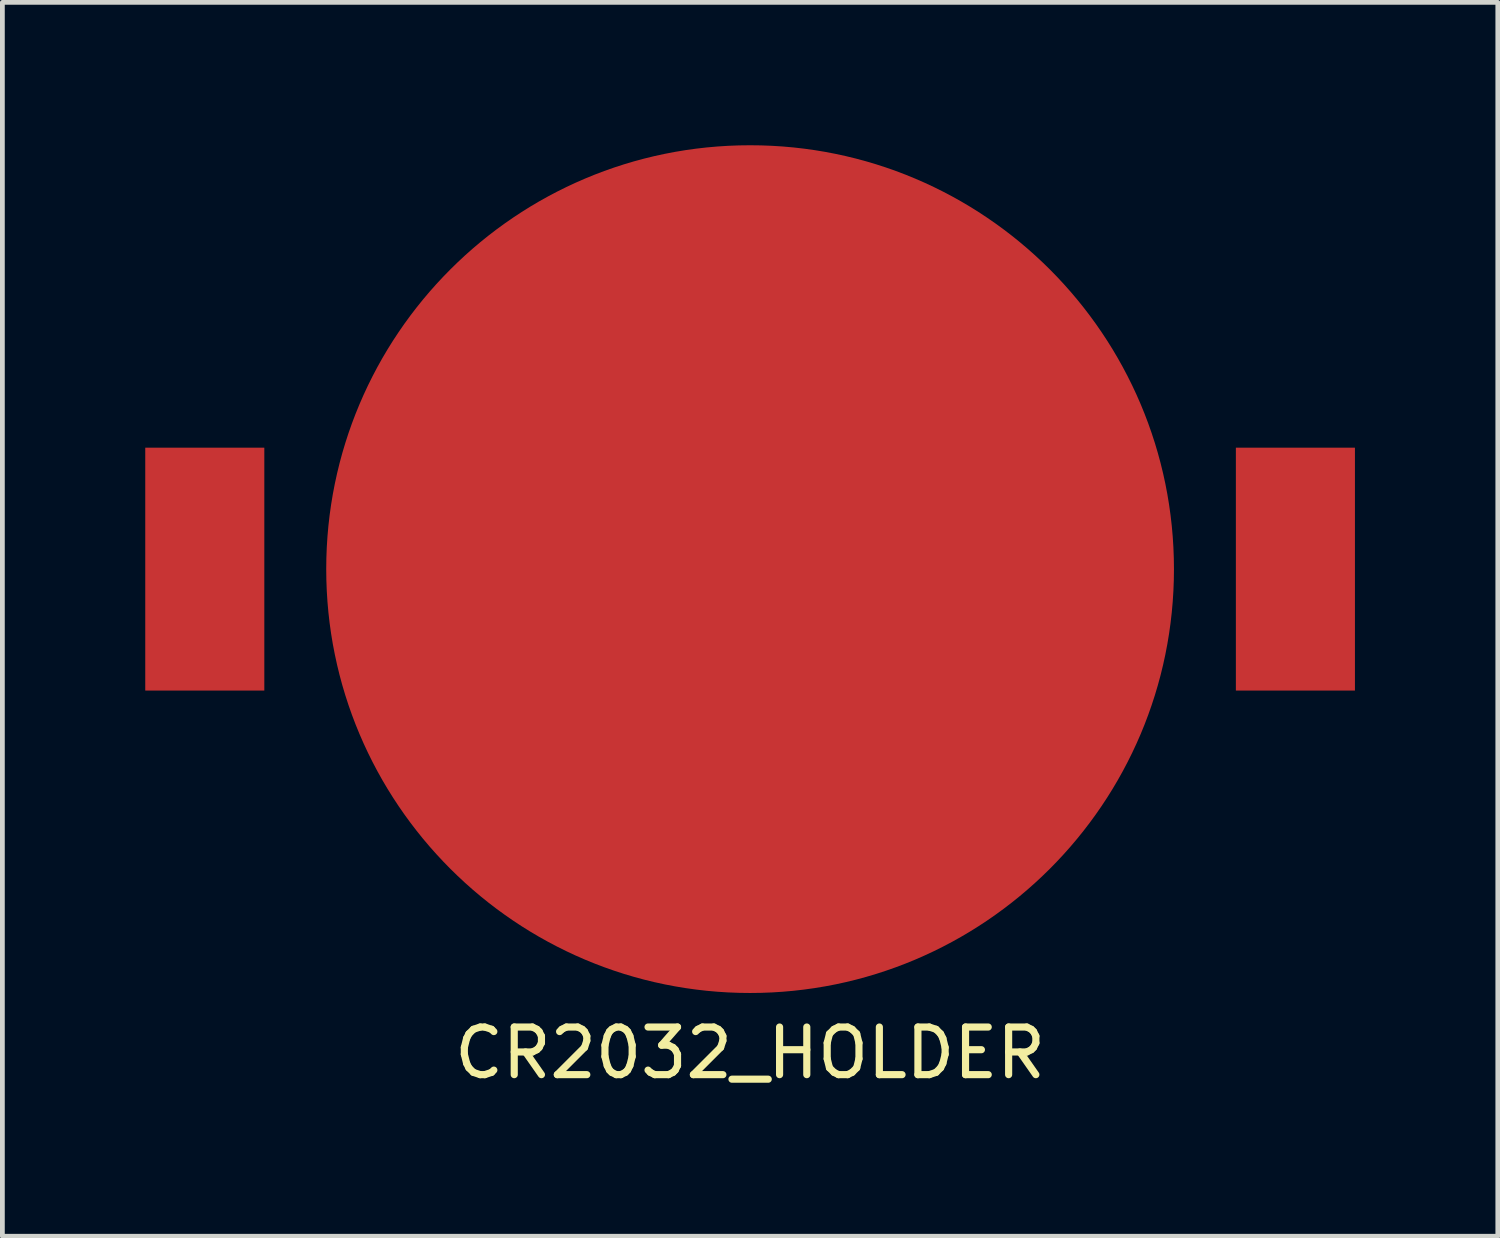
<source format=kicad_pcb>
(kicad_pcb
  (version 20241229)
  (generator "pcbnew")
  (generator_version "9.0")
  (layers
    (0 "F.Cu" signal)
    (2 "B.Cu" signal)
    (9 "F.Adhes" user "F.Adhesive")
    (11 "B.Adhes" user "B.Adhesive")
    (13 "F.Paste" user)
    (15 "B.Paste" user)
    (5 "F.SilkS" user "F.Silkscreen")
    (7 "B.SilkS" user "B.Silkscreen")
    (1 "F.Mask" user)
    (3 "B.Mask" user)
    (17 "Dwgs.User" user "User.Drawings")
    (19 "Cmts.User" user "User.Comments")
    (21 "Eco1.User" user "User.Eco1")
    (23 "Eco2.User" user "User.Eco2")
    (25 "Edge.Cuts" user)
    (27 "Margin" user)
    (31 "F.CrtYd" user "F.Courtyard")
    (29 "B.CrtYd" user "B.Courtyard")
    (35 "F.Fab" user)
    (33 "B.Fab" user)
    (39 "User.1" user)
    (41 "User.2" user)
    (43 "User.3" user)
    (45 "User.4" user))
  (footprint "CR2032_HOLDER"
    (layer "F.Cu")
    (at 12.7 8.9)
    (property "Reference" "CR2032_HOLDER" (at 0 10.16 0) (layer "F.SilkS") (effects (font (size 1 1) (thickness 0.15))))
    (attr through_hole)
    (pad "1" smd rect (at -11.45 0) (size 2.5 5.1) (layers "F.Cu" "F.Mask" "F.Paste"))
    (pad "1" smd rect (at 11.45 0) (size 2.5 5.1) (layers "F.Cu" "F.Mask" "F.Paste"))
    (pad "2" smd circle (at 0 0) (size 17.8 17.8) (layers "F.Cu" "F.Mask" "F.Paste")))
  (gr_rect
    (start -3 -3)
    (end 28.4 22.908)
    (stroke (width 0.1) (type default))
    (fill no)
    (layer "Edge.Cuts")))
</source>
